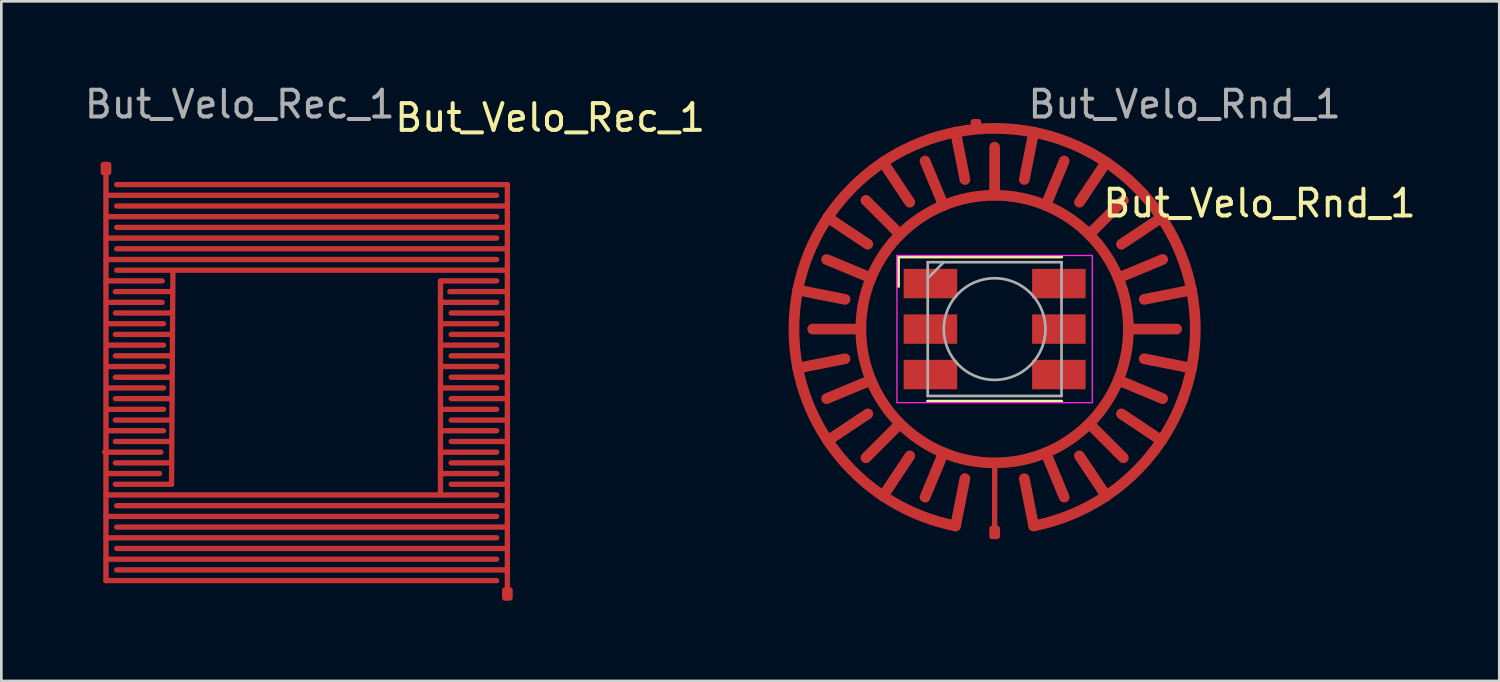
<source format=kicad_pcb>
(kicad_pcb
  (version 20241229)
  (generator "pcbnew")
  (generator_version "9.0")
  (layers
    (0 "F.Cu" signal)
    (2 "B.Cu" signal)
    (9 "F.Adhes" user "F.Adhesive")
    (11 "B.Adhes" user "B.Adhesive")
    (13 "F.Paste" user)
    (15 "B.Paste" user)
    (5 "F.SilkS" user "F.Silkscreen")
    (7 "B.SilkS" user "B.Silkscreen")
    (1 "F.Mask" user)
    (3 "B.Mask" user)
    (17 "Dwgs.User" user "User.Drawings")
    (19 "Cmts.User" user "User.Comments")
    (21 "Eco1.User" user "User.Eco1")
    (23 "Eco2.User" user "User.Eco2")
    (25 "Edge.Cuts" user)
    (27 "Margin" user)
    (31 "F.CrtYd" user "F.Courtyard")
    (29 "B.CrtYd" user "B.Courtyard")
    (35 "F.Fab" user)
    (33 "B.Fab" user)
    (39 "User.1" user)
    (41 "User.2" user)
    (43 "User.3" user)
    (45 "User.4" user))
  (footprint "But_Velo_Rec_1"
    (layer "F.Cu")
    (at 8.411 11.348)
    (property "Reference" "But_Velo_Rec_1" (at 9.1 -10 0) (unlocked yes) (layer "F.SilkS") (effects (font (size 1 1) (thickness 0.15))))
    (attr smd)
    (fp_line (start -7.5 7.3) (end -7.5 -7.95) (stroke (width 0.2) (type solid)) (layer "F.Cu"))
    (fp_line (start -5.5 3.3) (end -7.45 3.3) (stroke (width 0.2) (type solid)) (layer "F.Cu"))
    (fp_line (start -5.45 2.5) (end -7.55 2.5) (stroke (width 0.2) (type solid)) (layer "F.Cu"))
    (fp_line (start -5.4 -3.9) (end -7.5 -3.9) (stroke (width 0.2) (type solid)) (layer "F.Cu"))
    (fp_line (start -5.4 -3.1) (end -7.5 -3.1) (stroke (width 0.2) (type solid)) (layer "F.Cu"))
    (fp_line (start -5.35 -2.3) (end -7.45 -2.3) (stroke (width 0.2) (type solid)) (layer "F.Cu"))
    (fp_line (start -5.35 -1.5) (end -7.45 -1.5) (stroke (width 0.2) (type solid)) (layer "F.Cu"))
    (fp_line (start -5.35 -0.7) (end -7.45 -0.7) (stroke (width 0.2) (type solid)) (layer "F.Cu"))
    (fp_line (start -5.35 0.1) (end -7.45 0.1) (stroke (width 0.2) (type solid)) (layer "F.Cu"))
    (fp_line (start -5.35 0.9) (end -7.45 0.9) (stroke (width 0.2) (type solid)) (layer "F.Cu"))
    (fp_line (start -5.35 1.7) (end -7.45 1.7) (stroke (width 0.2) (type solid)) (layer "F.Cu"))
    (fp_line (start -5.05 -3.5) (end -7.15 -3.5) (stroke (width 0.2) (type solid)) (layer "F.Cu"))
    (fp_line (start -5.05 -2.7) (end -7.15 -2.7) (stroke (width 0.2) (type solid)) (layer "F.Cu"))
    (fp_line (start -5.05 -1.9) (end -7.15 -1.9) (stroke (width 0.2) (type solid)) (layer "F.Cu"))
    (fp_line (start -5.05 -1.1) (end -7.15 -1.1) (stroke (width 0.2) (type solid)) (layer "F.Cu"))
    (fp_line (start -5.05 -0.3) (end -7.15 -0.3) (stroke (width 0.2) (type solid)) (layer "F.Cu"))
    (fp_line (start -5.05 0.5) (end -7.15 0.5) (stroke (width 0.2) (type solid)) (layer "F.Cu"))
    (fp_line (start -5.05 1.3) (end -7.15 1.3) (stroke (width 0.2) (type solid)) (layer "F.Cu"))
    (fp_line (start -5.05 2.1) (end -7.15 2.1) (stroke (width 0.2) (type solid)) (layer "F.Cu"))
    (fp_line (start -5.05 2.9) (end -7.15 2.9) (stroke (width 0.2) (type solid)) (layer "F.Cu"))
    (fp_line (start -5.05 3.7) (end -7.15 3.7) (stroke (width 0.2) (type solid)) (layer "F.Cu"))
    (fp_line (start -5 -4.2) (end -5.05 3.7) (stroke (width 0.2) (type solid)) (layer "F.Cu"))
    (fp_line (start 5 -3.85) (end 5 4.1) (stroke (width 0.2) (type solid)) (layer "F.Cu"))
    (fp_line (start 7.1 -7.1) (end -7.5 -7.1) (stroke (width 0.2) (type solid)) (layer "F.Cu"))
    (fp_line (start 7.1 -6.3) (end -7.5 -6.3) (stroke (width 0.2) (type solid)) (layer "F.Cu"))
    (fp_line (start 7.1 -5.5) (end -7.5 -5.5) (stroke (width 0.2) (type solid)) (layer "F.Cu"))
    (fp_line (start 7.1 -4.7) (end -7.5 -4.7) (stroke (width 0.2) (type solid)) (layer "F.Cu"))
    (fp_line (start 7.1 -3.9) (end 5 -3.9) (stroke (width 0.2) (type solid)) (layer "F.Cu"))
    (fp_line (start 7.1 -3.1) (end 5 -3.1) (stroke (width 0.2) (type solid)) (layer "F.Cu"))
    (fp_line (start 7.1 -2.3) (end 5 -2.3) (stroke (width 0.2) (type solid)) (layer "F.Cu"))
    (fp_line (start 7.1 -1.5) (end 5 -1.5) (stroke (width 0.2) (type solid)) (layer "F.Cu"))
    (fp_line (start 7.1 -0.7) (end 5 -0.7) (stroke (width 0.2) (type solid)) (layer "F.Cu"))
    (fp_line (start 7.1 0.1) (end 5 0.1) (stroke (width 0.2) (type solid)) (layer "F.Cu"))
    (fp_line (start 7.1 0.9) (end 5 0.9) (stroke (width 0.2) (type solid)) (layer "F.Cu"))
    (fp_line (start 7.1 1.7) (end 5 1.7) (stroke (width 0.2) (type solid)) (layer "F.Cu"))
    (fp_line (start 7.1 2.5) (end 5 2.5) (stroke (width 0.2) (type solid)) (layer "F.Cu"))
    (fp_line (start 7.1 3.3) (end 5 3.3) (stroke (width 0.2) (type solid)) (layer "F.Cu"))
    (fp_line (start 7.1 4.1) (end -7.5 4.1) (stroke (width 0.2) (type solid)) (layer "F.Cu"))
    (fp_line (start 7.1 4.9) (end -7.5 4.9) (stroke (width 0.2) (type solid)) (layer "F.Cu"))
    (fp_line (start 7.1 5.7) (end -7.5 5.7) (stroke (width 0.2) (type solid)) (layer "F.Cu"))
    (fp_line (start 7.1 6.5) (end -7.5 6.5) (stroke (width 0.2) (type solid)) (layer "F.Cu"))
    (fp_line (start 7.1 7.3) (end -7.5 7.3) (stroke (width 0.2) (type solid)) (layer "F.Cu"))
    (fp_line (start 7.45 -3.5) (end 5.35 -3.5) (stroke (width 0.2) (type solid)) (layer "F.Cu"))
    (fp_line (start 7.5 -7.5) (end -7.1 -7.5) (stroke (width 0.2) (type solid)) (layer "F.Cu"))
    (fp_line (start 7.5 -6.7) (end -7.1 -6.7) (stroke (width 0.2) (type solid)) (layer "F.Cu"))
    (fp_line (start 7.5 -5.9) (end -7.1 -5.9) (stroke (width 0.2) (type solid)) (layer "F.Cu"))
    (fp_line (start 7.5 -5.1) (end -7.1 -5.1) (stroke (width 0.2) (type solid)) (layer "F.Cu"))
    (fp_line (start 7.5 -4.3) (end -7.1 -4.3) (stroke (width 0.2) (type solid)) (layer "F.Cu"))
    (fp_line (start 7.5 -2.7) (end 5.4 -2.7) (stroke (width 0.2) (type solid)) (layer "F.Cu"))
    (fp_line (start 7.5 -1.9) (end 5.4 -1.9) (stroke (width 0.2) (type solid)) (layer "F.Cu"))
    (fp_line (start 7.5 -1.1) (end 5.4 -1.1) (stroke (width 0.2) (type solid)) (layer "F.Cu"))
    (fp_line (start 7.5 -0.3) (end 5.4 -0.3) (stroke (width 0.2) (type solid)) (layer "F.Cu"))
    (fp_line (start 7.5 0.5) (end 5.4 0.5) (stroke (width 0.2) (type solid)) (layer "F.Cu"))
    (fp_line (start 7.5 1.3) (end 5.4 1.3) (stroke (width 0.2) (type solid)) (layer "F.Cu"))
    (fp_line (start 7.5 2.1) (end 5.4 2.1) (stroke (width 0.2) (type solid)) (layer "F.Cu"))
    (fp_line (start 7.5 2.9) (end 5.4 2.9) (stroke (width 0.2) (type solid)) (layer "F.Cu"))
    (fp_line (start 7.5 3.7) (end 5.4 3.7) (stroke (width 0.2) (type solid)) (layer "F.Cu"))
    (fp_line (start 7.5 4.5) (end -7.1 4.5) (stroke (width 0.2) (type solid)) (layer "F.Cu"))
    (fp_line (start 7.5 5.3) (end -7.1 5.3) (stroke (width 0.2) (type solid)) (layer "F.Cu"))
    (fp_line (start 7.5 6.1) (end -7.1 6.1) (stroke (width 0.2) (type solid)) (layer "F.Cu"))
    (fp_line (start 7.5 6.9) (end -7.1 6.9) (stroke (width 0.2) (type solid)) (layer "F.Cu"))
    (fp_line (start 7.5 7.65) (end 7.5 -7.5) (stroke (width 0.2) (type solid)) (layer "F.Cu"))
    (fp_text user "${REFERENCE}" (at -2.5 -10.5 0) (unlocked yes) (layer "F.Fab") (effects (font (size 1 1) (thickness 0.15))))
    (pad "1" smd roundrect (at 7.5 7.8) (size 0.4 0.5) (layers "F.Cu" "F.Mask" "F.Paste") (roundrect_rratio 0.25))
    (pad "2" smd roundrect (at -7.5 -8.1) (size 0.4 0.5) (layers "F.Cu" "F.Mask" "F.Paste") (roundrect_rratio 0.25)))
  (footprint "But_Velo_Rnd_1"
    (layer "F.Cu")
    (at 34.121 9.248)
    (property "Reference" "But_Velo_Rnd_1" (at 9.9 -4.7 0) (unlocked yes) (layer "F.SilkS") (effects (font (size 1 1) (thickness 0.15))))
    (attr smd)
    (fp_line (start -6.8 0) (end -5 0) (stroke (width 0.4) (type solid)) (layer "F.Cu"))
    (fp_line (start -5.59 -1.11) (end -7.36 -1.46) (stroke (width 0.4) (type solid)) (layer "F.Cu"))
    (fp_line (start -5.59 1.11) (end -7.36 1.46) (stroke (width 0.4) (type solid)) (layer "F.Cu"))
    (fp_line (start -4.74 -3.17) (end -6.24 -4.17) (stroke (width 0.4) (type solid)) (layer "F.Cu"))
    (fp_line (start -4.74 3.17) (end -6.24 4.17) (stroke (width 0.4) (type solid)) (layer "F.Cu"))
    (fp_line (start -4.62 -1.91) (end -6.28 -2.6) (stroke (width 0.4) (type solid)) (layer "F.Cu"))
    (fp_line (start -4.62 1.91) (end -6.28 2.6) (stroke (width 0.4) (type solid)) (layer "F.Cu"))
    (fp_line (start -3.54 -3.54) (end -4.81 -4.81) (stroke (width 0.4) (type solid)) (layer "F.Cu"))
    (fp_line (start -3.54 3.54) (end -4.81 4.81) (stroke (width 0.4) (type solid)) (layer "F.Cu"))
    (fp_line (start -3.17 -4.74) (end -4.17 -6.24) (stroke (width 0.4) (type solid)) (layer "F.Cu"))
    (fp_line (start -3.17 4.74) (end -4.17 6.24) (stroke (width 0.4) (type solid)) (layer "F.Cu"))
    (fp_line (start -1.91 -4.62) (end -2.6 -6.28) (stroke (width 0.4) (type solid)) (layer "F.Cu"))
    (fp_line (start -1.91 4.62) (end -2.6 6.28) (stroke (width 0.4) (type solid)) (layer "F.Cu"))
    (fp_line (start -1.11 -5.59) (end -1.46 -7.36) (stroke (width 0.4) (type solid)) (layer "F.Cu"))
    (fp_line (start -1.11 5.59) (end -1.46 7.36) (stroke (width 0.4) (type solid)) (layer "F.Cu"))
    (fp_line (start 0 -5) (end 0 -6.8) (stroke (width 0.4) (type solid)) (layer "F.Cu"))
    (fp_line (start 0.004 4.999) (end 0 7.6) (stroke (width 0.2) (type solid)) (layer "F.Cu"))
    (fp_line (start 1.11 -5.59) (end 1.46 -7.36) (stroke (width 0.4) (type solid)) (layer "F.Cu"))
    (fp_line (start 1.11 5.59) (end 1.46 7.36) (stroke (width 0.4) (type solid)) (layer "F.Cu"))
    (fp_line (start 1.91 -4.62) (end 2.6 -6.28) (stroke (width 0.4) (type solid)) (layer "F.Cu"))
    (fp_line (start 1.91 4.62) (end 2.6 6.28) (stroke (width 0.4) (type solid)) (layer "F.Cu"))
    (fp_line (start 3.17 -4.74) (end 4.17 -6.24) (stroke (width 0.4) (type solid)) (layer "F.Cu"))
    (fp_line (start 3.17 4.74) (end 4.17 6.24) (stroke (width 0.4) (type solid)) (layer "F.Cu"))
    (fp_line (start 3.54 -3.54) (end 4.81 -4.81) (stroke (width 0.4) (type solid)) (layer "F.Cu"))
    (fp_line (start 3.54 3.54) (end 4.81 4.81) (stroke (width 0.4) (type solid)) (layer "F.Cu"))
    (fp_line (start 4.62 -1.91) (end 6.28 -2.6) (stroke (width 0.4) (type solid)) (layer "F.Cu"))
    (fp_line (start 4.62 1.91) (end 6.28 2.6) (stroke (width 0.4) (type solid)) (layer "F.Cu"))
    (fp_line (start 4.74 -3.17) (end 6.24 -4.17) (stroke (width 0.4) (type solid)) (layer "F.Cu"))
    (fp_line (start 4.74 3.17) (end 6.24 4.17) (stroke (width 0.4) (type solid)) (layer "F.Cu"))
    (fp_line (start 5.59 -1.11) (end 7.36 -1.46) (stroke (width 0.4) (type solid)) (layer "F.Cu"))
    (fp_line (start 5.59 1.11) (end 7.36 1.46) (stroke (width 0.4) (type solid)) (layer "F.Cu"))
    (fp_line (start 6.8 0) (end 5 0) (stroke (width 0.4) (type solid)) (layer "F.Cu"))
    (fp_arc (start -1.463177 7.35589) (mid 0 -7.499996) (end 1.463177 7.35589) (stroke (width 0.4) (type solid)) (layer "F.Cu"))
    (fp_arc (start -0.004363 4.999998) (mid 0 -4.99926) (end 0.004363 4.999998) (stroke (width 0.4) (type solid)) (layer "F.Cu"))
    (fp_line (start -3.6 -2.7) (end 2.5 -2.7) (stroke (width 0.12) (type solid)) (layer "F.SilkS"))
    (fp_line (start -3.6 -1.6) (end -3.6 -2.7) (stroke (width 0.12) (type solid)) (layer "F.SilkS"))
    (fp_line (start 2.5 2.7) (end -2.5 2.7) (stroke (width 0.12) (type solid)) (layer "F.SilkS"))
    (fp_line (start -3.65 -2.75) (end -3.65 2.75) (stroke (width 0.05) (type solid)) (layer "F.CrtYd"))
    (fp_line (start -3.65 2.75) (end 3.65 2.75) (stroke (width 0.05) (type solid)) (layer "F.CrtYd"))
    (fp_line (start 3.65 -2.75) (end -3.65 -2.75) (stroke (width 0.05) (type solid)) (layer "F.CrtYd"))
    (fp_line (start 3.65 2.75) (end 3.65 -2.75) (stroke (width 0.05) (type solid)) (layer "F.CrtYd"))
    (fp_line (start -2.5 -2.5) (end -2.5 2.5) (stroke (width 0.1) (type solid)) (layer "F.Fab"))
    (fp_line (start -2.5 -1.9) (end -1.9 -2.5) (stroke (width 0.1) (type solid)) (layer "F.Fab"))
    (fp_line (start -2.5 2.5) (end 2.5 2.5) (stroke (width 0.1) (type solid)) (layer "F.Fab"))
    (fp_line (start 2.5 -2.5) (end -2.5 -2.5) (stroke (width 0.1) (type solid)) (layer "F.Fab"))
    (fp_line (start 2.5 2.5) (end 2.5 -2.5) (stroke (width 0.1) (type solid)) (layer "F.Fab"))
    (fp_circle (center 0 0) (end 0 -1.9) (stroke (width 0.1) (type solid)) (fill no) (layer "F.Fab"))
    (fp_text user "${REFERENCE}" (at 7.1 -8.4 0) (unlocked yes) (layer "F.Fab") (effects (font (size 1 1) (thickness 0.15))))
    (pad "1" smd rect (at -2.4 -1.7 90) (size 1.1 2) (layers "F.Cu" "F.Mask" "F.Paste"))
    (pad "2" smd rect (at -2.4 0 90) (size 1.1 2) (layers "F.Cu" "F.Mask" "F.Paste"))
    (pad "3" smd rect (at -2.4 1.7 90) (size 1.1 2) (layers "F.Cu" "F.Mask" "F.Paste"))
    (pad "4" smd rect (at 2.4 1.7 90) (size 1.1 2) (layers "F.Cu" "F.Mask" "F.Paste"))
    (pad "5" smd rect (at 2.4 0 90) (size 1.1 2) (layers "F.Cu" "F.Mask" "F.Paste"))
    (pad "6" smd rect (at 2.4 -1.7 90) (size 1.1 2) (layers "F.Cu" "F.Mask" "F.Paste"))
    (pad "7" smd roundrect (at -0.7 -7.6) (size 0.4 0.5) (layers "F.Cu" "F.Mask" "F.Paste") (roundrect_rratio 0.25))
    (pad "8" smd roundrect (at 0 7.6) (size 0.4 0.5) (layers "F.Cu" "F.Mask" "F.Paste") (roundrect_rratio 0.25)))
  (gr_rect
    (start -3 -3)
    (end 52.98 22.398)
    (stroke (width 0.1) (type default))
    (fill no)
    (layer "Edge.Cuts")))
</source>
